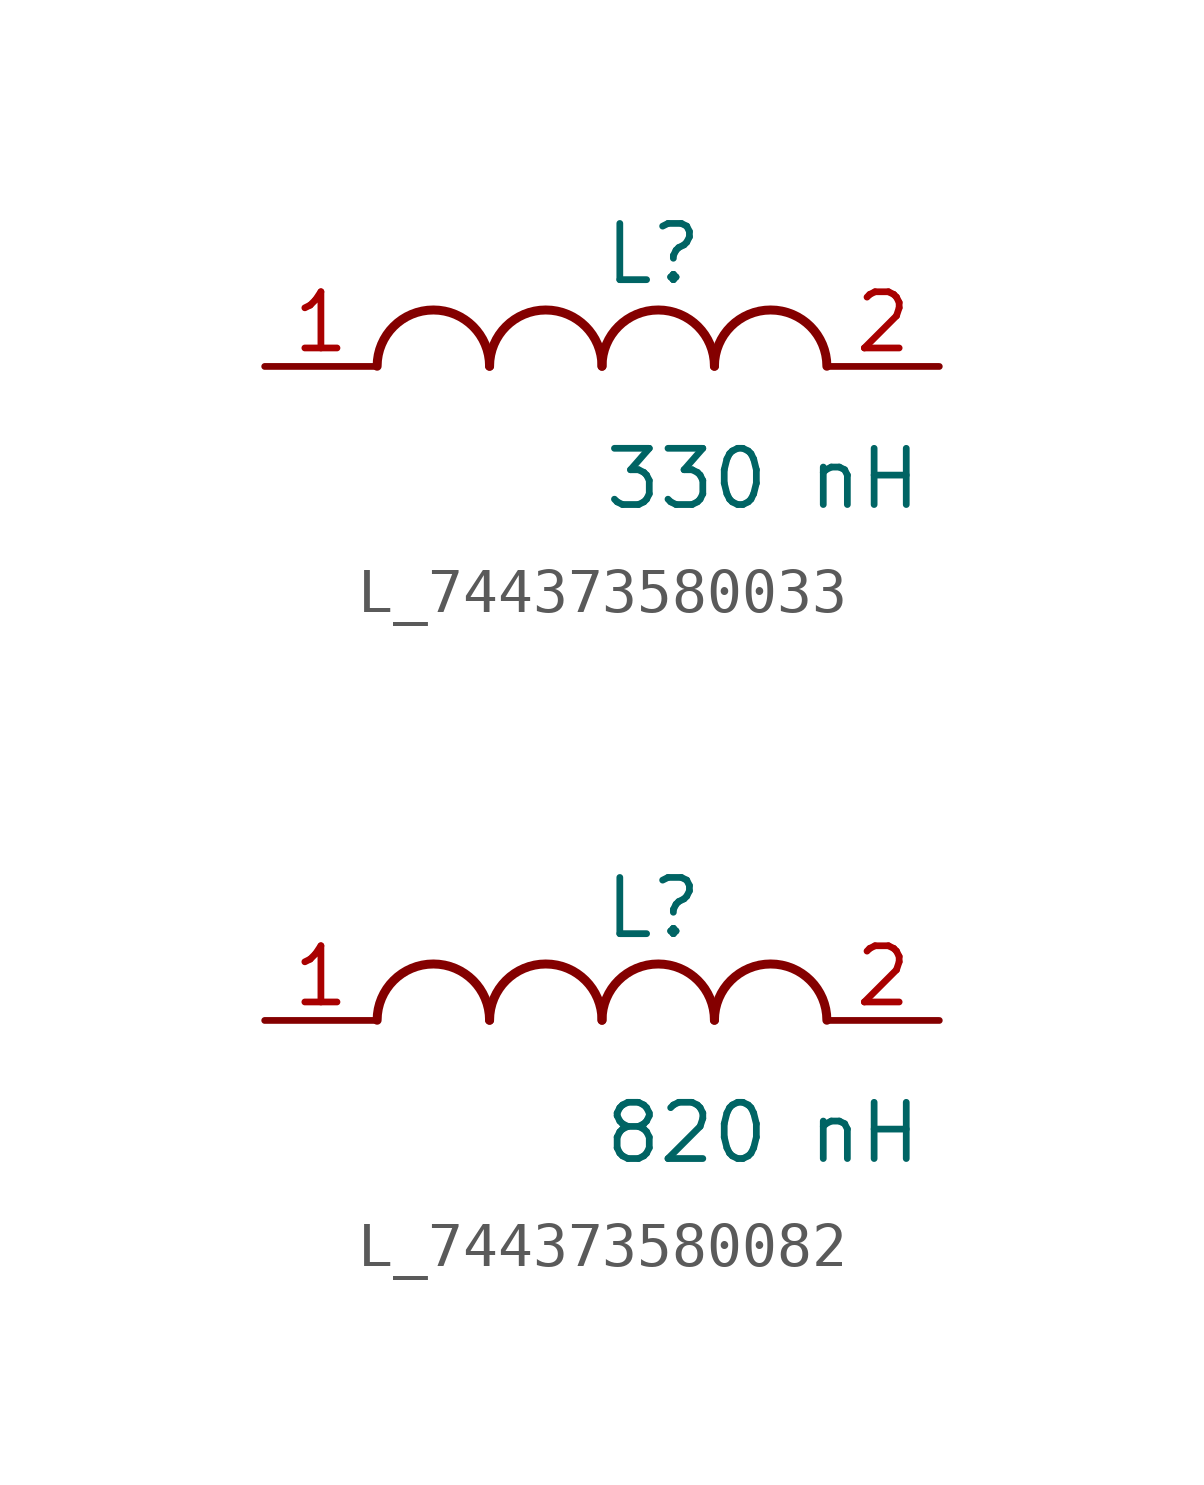
<source format=kicad_sym>
(kicad_symbol_lib
  (version 20231120)
  (generator kicad_symbol_editor)
  (generator_version 8.0)
  (symbol "L_744373580033"
    (pin_names
      (offset 0.254))
    (property "Reference" "L"
      (at 0 2.54 0)
      (effects (font (size 1.27 1.27)) (justify left)))
    (property "Value" "330 nH"
      (at 0 -2.54 0)
      (effects (font (size 1.27 1.27)) (justify left)))
    (symbol "L_744373580033_1_1"
      (arc (start -2.54 0.0056) (mid -3.81 1.27) (end -5.08 0.0056) (stroke (width 0.2032) (type default)) (fill (type none)))
      (arc (start 0 0.0056) (mid -1.27 1.27) (end -2.54 0.0056) (stroke (width 0.2032) (type default)) (fill (type none)))
      (arc (start 2.54 0.0056) (mid 1.27 1.27) (end 0 0.0056) (stroke (width 0.2032) (type default)) (fill (type none)))
      (arc (start 5.08 0.0056) (mid 3.81 1.27) (end 2.54 0.0056) (stroke (width 0.2032) (type default)) (fill (type none)))
      (pin unspecified line (at -7.62 0 0) (length 2.54) (name "" (effects (font (size 1.27 1.27)))) (number "1" (effects (font (size 1.27 1.27)))))
      (pin unspecified line (at 7.62 0 180) (length 2.54) (name "" (effects (font (size 1.27 1.27)))) (number "2" (effects (font (size 1.27 1.27)))))))
  (symbol "L_744373580082"
    (pin_names
      (offset 0.254))
    (property "Reference" "L"
      (at 0 2.54 0)
      (effects (font (size 1.27 1.27)) (justify left)))
    (property "Value" "820 nH"
      (at 0 -2.54 0)
      (effects (font (size 1.27 1.27)) (justify left)))
    (symbol "L_744373580082_1_1"
      (arc (start -2.54 0.0056) (mid -3.81 1.27) (end -5.08 0.0056) (stroke (width 0.2032) (type default)) (fill (type none)))
      (arc (start 0 0.0056) (mid -1.27 1.27) (end -2.54 0.0056) (stroke (width 0.2032) (type default)) (fill (type none)))
      (arc (start 2.54 0.0056) (mid 1.27 1.27) (end 0 0.0056) (stroke (width 0.2032) (type default)) (fill (type none)))
      (arc (start 5.08 0.0056) (mid 3.81 1.27) (end 2.54 0.0056) (stroke (width 0.2032) (type default)) (fill (type none)))
      (pin unspecified line (at -7.62 0 0) (length 2.54) (name "" (effects (font (size 1.27 1.27)))) (number "1" (effects (font (size 1.27 1.27)))))
      (pin unspecified line (at 7.62 0 180) (length 2.54) (name "" (effects (font (size 1.27 1.27)))) (number "2" (effects (font (size 1.27 1.27))))))))
</source>
